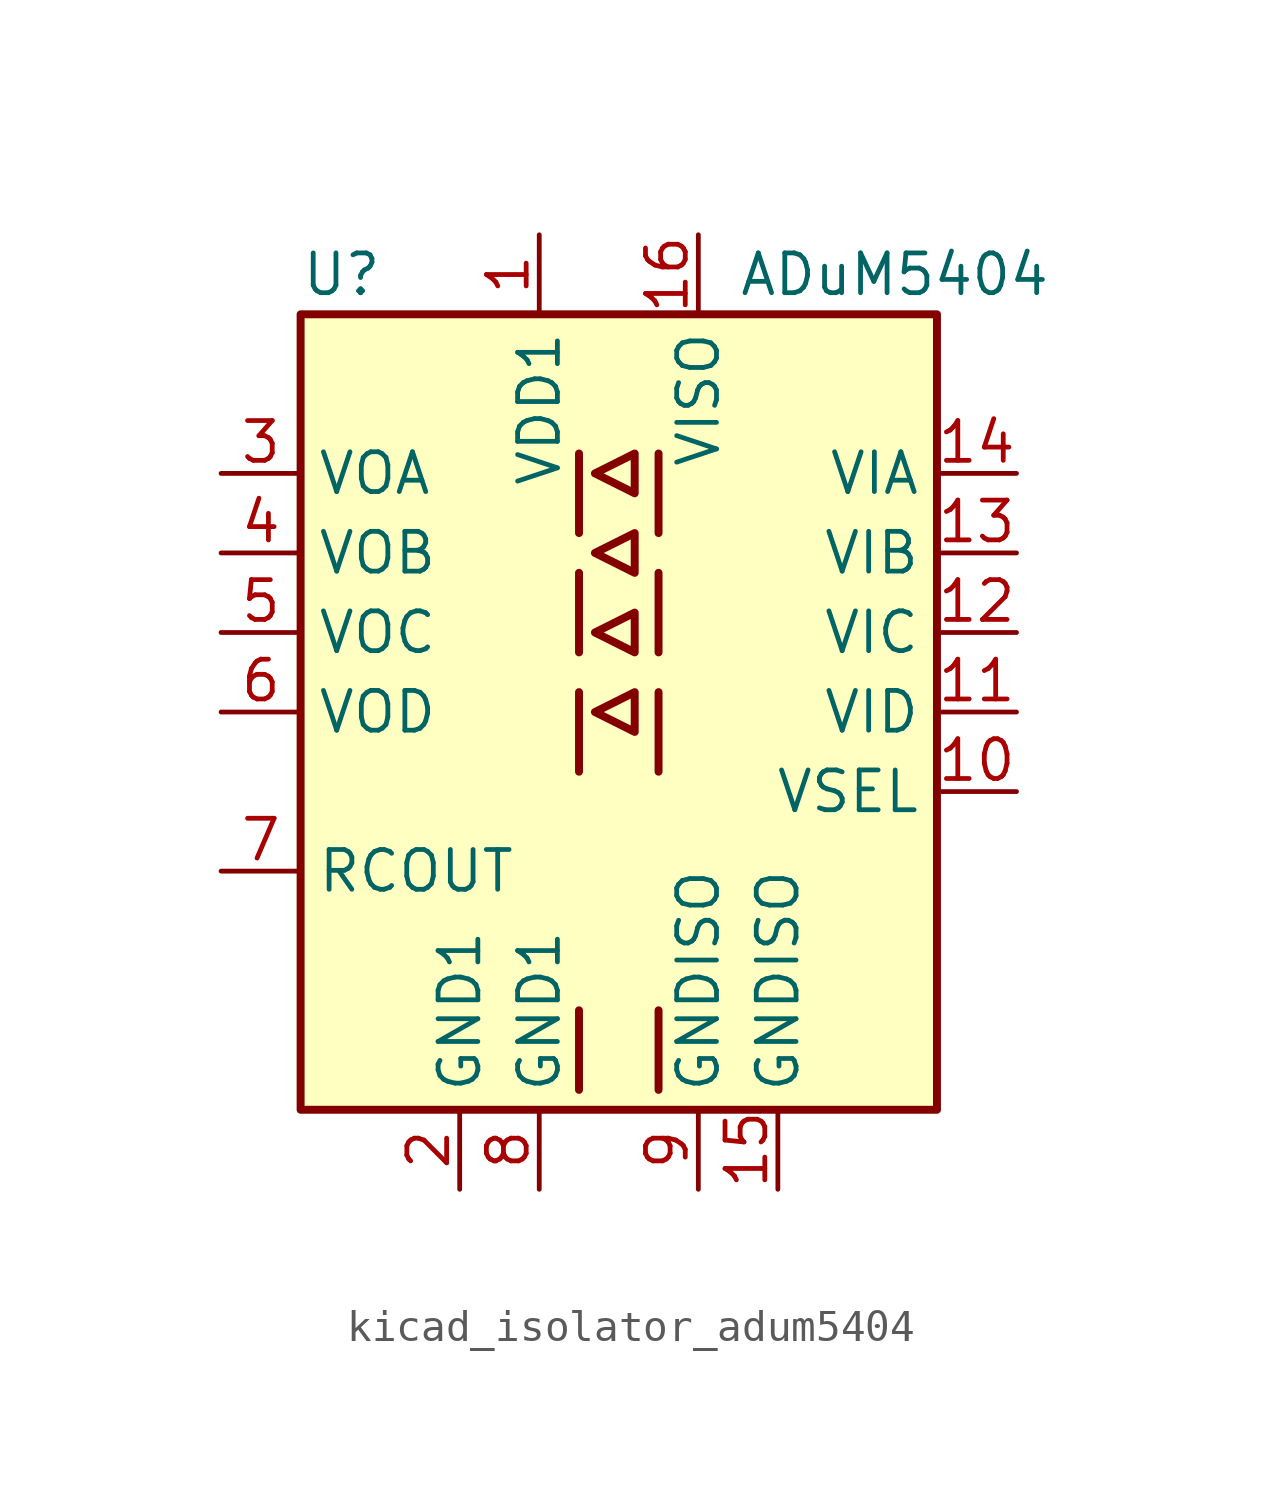
<source format=kicad_sym>
(kicad_symbol_lib
  (version 20220914)
  (generator kicad_symbol_editor)
  (symbol "kicad_isolator_adum5404"
    (property "Reference" "U"
      (at -10.16 13.97 0)
      (effects (font (size 1.27 1.27)) (justify left)))
    (property "Value" "ADuM5404"
      (at 3.81 13.97 0)
      (effects (font (size 1.27 1.27)) (justify left)))
    (symbol "kicad_isolator_adum5404_0_1"
      (rectangle (start -10.16 12.7) (end 10.16 -12.7) (stroke (width 0.254) (type default)) (fill (type background)))
      (polyline (pts (xy -1.27 -9.525) (xy -1.27 -12.065)) (stroke (width 0.254) (type default)) (fill (type none)))
      (polyline (pts (xy -1.27 0.635) (xy -1.27 -1.905)) (stroke (width 0.254) (type default)) (fill (type none)))
      (polyline (pts (xy -1.27 4.445) (xy -1.27 1.905)) (stroke (width 0.254) (type default)) (fill (type none)))
      (polyline (pts (xy -1.27 8.255) (xy -1.27 5.715)) (stroke (width 0.254) (type default)) (fill (type none)))
      (polyline (pts (xy 1.27 -9.525) (xy 1.27 -12.065)) (stroke (width 0.254) (type default)) (fill (type none)))
      (polyline (pts (xy 1.27 0.635) (xy 1.27 -1.905)) (stroke (width 0.254) (type default)) (fill (type none)))
      (polyline (pts (xy 1.27 4.445) (xy 1.27 1.905)) (stroke (width 0.254) (type default)) (fill (type none)))
      (polyline (pts (xy 1.27 8.255) (xy 1.27 5.715)) (stroke (width 0.254) (type default)) (fill (type none)))
      (polyline (pts (xy 0.508 0.635) (xy 0.508 -0.635) (xy -0.762 0) (xy 0.508 0.635)) (stroke (width 0.254) (type default)) (fill (type none)))
      (polyline (pts (xy 0.508 1.905) (xy -0.762 2.54) (xy 0.508 3.175) (xy 0.508 1.905)) (stroke (width 0.254) (type default)) (fill (type none)))
      (polyline (pts (xy 0.508 5.715) (xy 0.508 4.445) (xy -0.762 5.08) (xy 0.508 5.715)) (stroke (width 0.254) (type default)) (fill (type none)))
      (polyline (pts (xy 0.508 6.985) (xy -0.762 7.62) (xy 0.508 8.255) (xy 0.508 6.985)) (stroke (width 0.254) (type default)) (fill (type none))))
    (symbol "kicad_isolator_adum5404_1_1"
      (pin power_in line (at -2.54 15.24 270) (length 2.54) (name "VDD1" (effects (font (size 1.27 1.27)))) (number "1" (effects (font (size 1.27 1.27)))))
      (pin input line (at 12.7 -2.54 180) (length 2.54) (name "VSEL" (effects (font (size 1.27 1.27)))) (number "10" (effects (font (size 1.27 1.27)))))
      (pin input line (at 12.7 0 180) (length 2.54) (name "VID" (effects (font (size 1.27 1.27)))) (number "11" (effects (font (size 1.27 1.27)))))
      (pin input line (at 12.7 2.54 180) (length 2.54) (name "VIC" (effects (font (size 1.27 1.27)))) (number "12" (effects (font (size 1.27 1.27)))))
      (pin input line (at 12.7 5.08 180) (length 2.54) (name "VIB" (effects (font (size 1.27 1.27)))) (number "13" (effects (font (size 1.27 1.27)))))
      (pin input line (at 12.7 7.62 180) (length 2.54) (name "VIA" (effects (font (size 1.27 1.27)))) (number "14" (effects (font (size 1.27 1.27)))))
      (pin power_in line (at 5.08 -15.24 90) (length 2.54) (name "GNDISO" (effects (font (size 1.27 1.27)))) (number "15" (effects (font (size 1.27 1.27)))))
      (pin power_in line (at 2.54 15.24 270) (length 2.54) (name "VISO" (effects (font (size 1.27 1.27)))) (number "16" (effects (font (size 1.27 1.27)))))
      (pin power_in line (at -5.08 -15.24 90) (length 2.54) (name "GND1" (effects (font (size 1.27 1.27)))) (number "2" (effects (font (size 1.27 1.27)))))
      (pin output line (at -12.7 7.62 0) (length 2.54) (name "VOA" (effects (font (size 1.27 1.27)))) (number "3" (effects (font (size 1.27 1.27)))))
      (pin output line (at -12.7 5.08 0) (length 2.54) (name "VOB" (effects (font (size 1.27 1.27)))) (number "4" (effects (font (size 1.27 1.27)))))
      (pin output line (at -12.7 2.54 0) (length 2.54) (name "VOC" (effects (font (size 1.27 1.27)))) (number "5" (effects (font (size 1.27 1.27)))))
      (pin output line (at -12.7 0 0) (length 2.54) (name "VOD" (effects (font (size 1.27 1.27)))) (number "6" (effects (font (size 1.27 1.27)))))
      (pin output line (at -12.7 -5.08 0) (length 2.54) (name "RCOUT" (effects (font (size 1.27 1.27)))) (number "7" (effects (font (size 1.27 1.27)))))
      (pin power_in line (at -2.54 -15.24 90) (length 2.54) (name "GND1" (effects (font (size 1.27 1.27)))) (number "8" (effects (font (size 1.27 1.27)))))
      (pin power_in line (at 2.54 -15.24 90) (length 2.54) (name "GNDISO" (effects (font (size 1.27 1.27)))) (number "9" (effects (font (size 1.27 1.27))))))))
</source>
